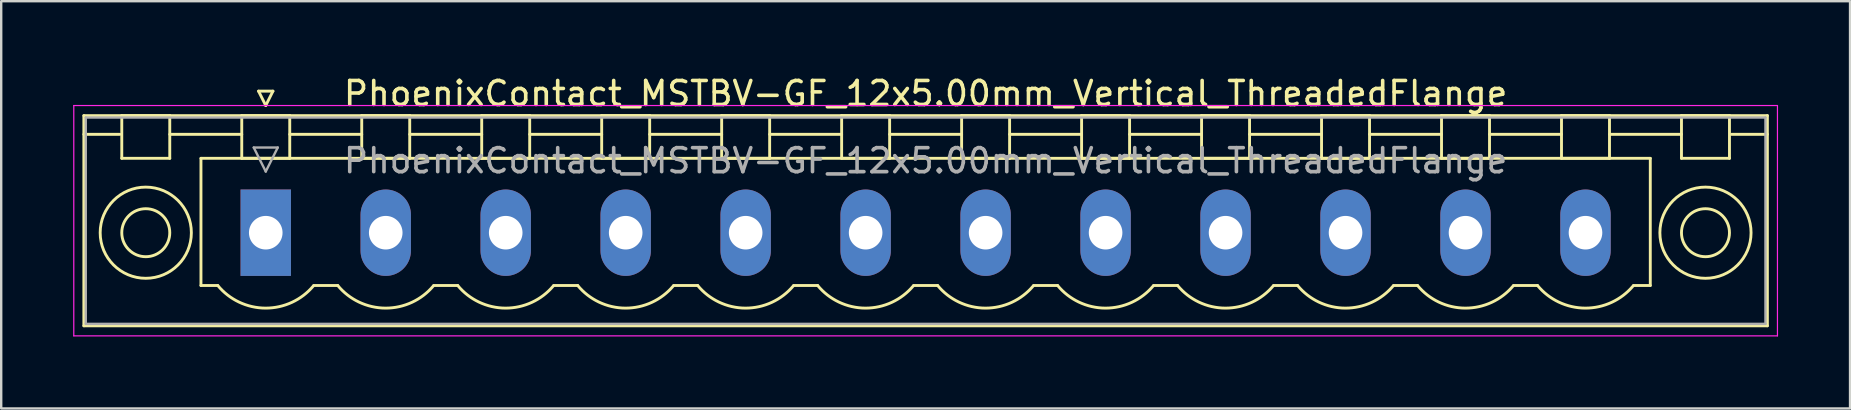
<source format=kicad_pcb>
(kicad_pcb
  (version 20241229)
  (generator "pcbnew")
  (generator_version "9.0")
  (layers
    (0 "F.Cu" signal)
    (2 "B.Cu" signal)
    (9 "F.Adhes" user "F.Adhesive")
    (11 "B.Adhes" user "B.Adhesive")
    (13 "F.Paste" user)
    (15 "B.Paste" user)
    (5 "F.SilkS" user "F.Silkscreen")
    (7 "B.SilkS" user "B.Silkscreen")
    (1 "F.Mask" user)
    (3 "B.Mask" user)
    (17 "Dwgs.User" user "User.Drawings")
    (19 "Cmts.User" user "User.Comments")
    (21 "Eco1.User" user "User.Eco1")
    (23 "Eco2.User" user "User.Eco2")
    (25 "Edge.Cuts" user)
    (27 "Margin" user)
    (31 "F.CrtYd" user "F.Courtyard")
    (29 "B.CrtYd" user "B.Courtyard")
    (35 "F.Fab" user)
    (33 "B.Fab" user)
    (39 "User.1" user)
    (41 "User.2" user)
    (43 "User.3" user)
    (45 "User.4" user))
  (footprint "PhoenixContact_MSTBV-GF_12x5.00mm_Vertical_ThreadedFlange"
    (layer "F.Cu")
    (at 8.025 6.648)
    (property "Reference" "PhoenixContact_MSTBV-GF_12x5.00mm_Vertical_ThreadedFlange" (at 27.5 -5.8 0) (layer "F.SilkS") (effects (font (size 1 1) (thickness 0.15))))
    (attr through_hole)
    (fp_line (start -7.58 -4.88) (end -7.58 3.88) (stroke (width 0.12) (type solid)) (layer "F.SilkS"))
    (fp_line (start -7.58 -4.1) (end -6.08 -4.1) (stroke (width 0.12) (type solid)) (layer "F.SilkS"))
    (fp_line (start -7.58 3.88) (end 62.58 3.88) (stroke (width 0.12) (type solid)) (layer "F.SilkS"))
    (fp_line (start -6 -4.88) (end -4 -4.88) (stroke (width 0.12) (type solid)) (layer "F.SilkS"))
    (fp_line (start -6 -3.1) (end -6 -4.88) (stroke (width 0.12) (type solid)) (layer "F.SilkS"))
    (fp_line (start -4 -4.88) (end -4 -3.1) (stroke (width 0.12) (type solid)) (layer "F.SilkS"))
    (fp_line (start -4 -4.1) (end -1 -4.1) (stroke (width 0.12) (type solid)) (layer "F.SilkS"))
    (fp_line (start -4 -3.1) (end -6 -3.1) (stroke (width 0.12) (type solid)) (layer "F.SilkS"))
    (fp_line (start -2.7 -3.1) (end 57.7 -3.1) (stroke (width 0.12) (type solid)) (layer "F.SilkS"))
    (fp_line (start -2.7 2.2) (end -2.7 -3.1) (stroke (width 0.12) (type solid)) (layer "F.SilkS"))
    (fp_line (start -2 2.2) (end -2.7 2.2) (stroke (width 0.12) (type solid)) (layer "F.SilkS"))
    (fp_line (start -1 -4.88) (end 1 -4.88) (stroke (width 0.12) (type solid)) (layer "F.SilkS"))
    (fp_line (start -1 -3.1) (end -1 -4.88) (stroke (width 0.12) (type solid)) (layer "F.SilkS"))
    (fp_line (start -0.3 -5.9) (end 0.3 -5.9) (stroke (width 0.12) (type solid)) (layer "F.SilkS"))
    (fp_line (start 0 -5.3) (end -0.3 -5.9) (stroke (width 0.12) (type solid)) (layer "F.SilkS"))
    (fp_line (start 0.3 -5.9) (end 0 -5.3) (stroke (width 0.12) (type solid)) (layer "F.SilkS"))
    (fp_line (start 1 -4.88) (end 1 -3.1) (stroke (width 0.12) (type solid)) (layer "F.SilkS"))
    (fp_line (start 1 -4.1) (end 4 -4.1) (stroke (width 0.12) (type solid)) (layer "F.SilkS"))
    (fp_line (start 1 -3.1) (end -1 -3.1) (stroke (width 0.12) (type solid)) (layer "F.SilkS"))
    (fp_line (start 2 2.2) (end 3 2.2) (stroke (width 0.12) (type solid)) (layer "F.SilkS"))
    (fp_line (start 4 -4.88) (end 6 -4.88) (stroke (width 0.12) (type solid)) (layer "F.SilkS"))
    (fp_line (start 4 -3.1) (end 4 -4.88) (stroke (width 0.12) (type solid)) (layer "F.SilkS"))
    (fp_line (start 6 -4.88) (end 6 -3.1) (stroke (width 0.12) (type solid)) (layer "F.SilkS"))
    (fp_line (start 6 -4.1) (end 9 -4.1) (stroke (width 0.12) (type solid)) (layer "F.SilkS"))
    (fp_line (start 6 -3.1) (end 4 -3.1) (stroke (width 0.12) (type solid)) (layer "F.SilkS"))
    (fp_line (start 7 2.2) (end 8 2.2) (stroke (width 0.12) (type solid)) (layer "F.SilkS"))
    (fp_line (start 9 -4.88) (end 11 -4.88) (stroke (width 0.12) (type solid)) (layer "F.SilkS"))
    (fp_line (start 9 -3.1) (end 9 -4.88) (stroke (width 0.12) (type solid)) (layer "F.SilkS"))
    (fp_line (start 11 -4.88) (end 11 -3.1) (stroke (width 0.12) (type solid)) (layer "F.SilkS"))
    (fp_line (start 11 -4.1) (end 14 -4.1) (stroke (width 0.12) (type solid)) (layer "F.SilkS"))
    (fp_line (start 11 -3.1) (end 9 -3.1) (stroke (width 0.12) (type solid)) (layer "F.SilkS"))
    (fp_line (start 12 2.2) (end 13 2.2) (stroke (width 0.12) (type solid)) (layer "F.SilkS"))
    (fp_line (start 14 -4.88) (end 16 -4.88) (stroke (width 0.12) (type solid)) (layer "F.SilkS"))
    (fp_line (start 14 -3.1) (end 14 -4.88) (stroke (width 0.12) (type solid)) (layer "F.SilkS"))
    (fp_line (start 16 -4.88) (end 16 -3.1) (stroke (width 0.12) (type solid)) (layer "F.SilkS"))
    (fp_line (start 16 -4.1) (end 19 -4.1) (stroke (width 0.12) (type solid)) (layer "F.SilkS"))
    (fp_line (start 16 -3.1) (end 14 -3.1) (stroke (width 0.12) (type solid)) (layer "F.SilkS"))
    (fp_line (start 17 2.2) (end 18 2.2) (stroke (width 0.12) (type solid)) (layer "F.SilkS"))
    (fp_line (start 19 -4.88) (end 21 -4.88) (stroke (width 0.12) (type solid)) (layer "F.SilkS"))
    (fp_line (start 19 -3.1) (end 19 -4.88) (stroke (width 0.12) (type solid)) (layer "F.SilkS"))
    (fp_line (start 21 -4.88) (end 21 -3.1) (stroke (width 0.12) (type solid)) (layer "F.SilkS"))
    (fp_line (start 21 -4.1) (end 24 -4.1) (stroke (width 0.12) (type solid)) (layer "F.SilkS"))
    (fp_line (start 21 -3.1) (end 19 -3.1) (stroke (width 0.12) (type solid)) (layer "F.SilkS"))
    (fp_line (start 22 2.2) (end 23 2.2) (stroke (width 0.12) (type solid)) (layer "F.SilkS"))
    (fp_line (start 24 -4.88) (end 26 -4.88) (stroke (width 0.12) (type solid)) (layer "F.SilkS"))
    (fp_line (start 24 -3.1) (end 24 -4.88) (stroke (width 0.12) (type solid)) (layer "F.SilkS"))
    (fp_line (start 26 -4.88) (end 26 -3.1) (stroke (width 0.12) (type solid)) (layer "F.SilkS"))
    (fp_line (start 26 -4.1) (end 29 -4.1) (stroke (width 0.12) (type solid)) (layer "F.SilkS"))
    (fp_line (start 26 -3.1) (end 24 -3.1) (stroke (width 0.12) (type solid)) (layer "F.SilkS"))
    (fp_line (start 27 2.2) (end 28 2.2) (stroke (width 0.12) (type solid)) (layer "F.SilkS"))
    (fp_line (start 29 -4.88) (end 31 -4.88) (stroke (width 0.12) (type solid)) (layer "F.SilkS"))
    (fp_line (start 29 -3.1) (end 29 -4.88) (stroke (width 0.12) (type solid)) (layer "F.SilkS"))
    (fp_line (start 31 -4.88) (end 31 -3.1) (stroke (width 0.12) (type solid)) (layer "F.SilkS"))
    (fp_line (start 31 -4.1) (end 34 -4.1) (stroke (width 0.12) (type solid)) (layer "F.SilkS"))
    (fp_line (start 31 -3.1) (end 29 -3.1) (stroke (width 0.12) (type solid)) (layer "F.SilkS"))
    (fp_line (start 32 2.2) (end 33 2.2) (stroke (width 0.12) (type solid)) (layer "F.SilkS"))
    (fp_line (start 34 -4.88) (end 36 -4.88) (stroke (width 0.12) (type solid)) (layer "F.SilkS"))
    (fp_line (start 34 -3.1) (end 34 -4.88) (stroke (width 0.12) (type solid)) (layer "F.SilkS"))
    (fp_line (start 36 -4.88) (end 36 -3.1) (stroke (width 0.12) (type solid)) (layer "F.SilkS"))
    (fp_line (start 36 -4.1) (end 39 -4.1) (stroke (width 0.12) (type solid)) (layer "F.SilkS"))
    (fp_line (start 36 -3.1) (end 34 -3.1) (stroke (width 0.12) (type solid)) (layer "F.SilkS"))
    (fp_line (start 37 2.2) (end 38 2.2) (stroke (width 0.12) (type solid)) (layer "F.SilkS"))
    (fp_line (start 39 -4.88) (end 41 -4.88) (stroke (width 0.12) (type solid)) (layer "F.SilkS"))
    (fp_line (start 39 -3.1) (end 39 -4.88) (stroke (width 0.12) (type solid)) (layer "F.SilkS"))
    (fp_line (start 41 -4.88) (end 41 -3.1) (stroke (width 0.12) (type solid)) (layer "F.SilkS"))
    (fp_line (start 41 -4.1) (end 44 -4.1) (stroke (width 0.12) (type solid)) (layer "F.SilkS"))
    (fp_line (start 41 -3.1) (end 39 -3.1) (stroke (width 0.12) (type solid)) (layer "F.SilkS"))
    (fp_line (start 42 2.2) (end 43 2.2) (stroke (width 0.12) (type solid)) (layer "F.SilkS"))
    (fp_line (start 44 -4.88) (end 46 -4.88) (stroke (width 0.12) (type solid)) (layer "F.SilkS"))
    (fp_line (start 44 -3.1) (end 44 -4.88) (stroke (width 0.12) (type solid)) (layer "F.SilkS"))
    (fp_line (start 46 -4.88) (end 46 -3.1) (stroke (width 0.12) (type solid)) (layer "F.SilkS"))
    (fp_line (start 46 -4.1) (end 49 -4.1) (stroke (width 0.12) (type solid)) (layer "F.SilkS"))
    (fp_line (start 46 -3.1) (end 44 -3.1) (stroke (width 0.12) (type solid)) (layer "F.SilkS"))
    (fp_line (start 47 2.2) (end 48 2.2) (stroke (width 0.12) (type solid)) (layer "F.SilkS"))
    (fp_line (start 49 -4.88) (end 51 -4.88) (stroke (width 0.12) (type solid)) (layer "F.SilkS"))
    (fp_line (start 49 -3.1) (end 49 -4.88) (stroke (width 0.12) (type solid)) (layer "F.SilkS"))
    (fp_line (start 51 -4.88) (end 51 -3.1) (stroke (width 0.12) (type solid)) (layer "F.SilkS"))
    (fp_line (start 51 -4.1) (end 54 -4.1) (stroke (width 0.12) (type solid)) (layer "F.SilkS"))
    (fp_line (start 51 -3.1) (end 49 -3.1) (stroke (width 0.12) (type solid)) (layer "F.SilkS"))
    (fp_line (start 52 2.2) (end 53 2.2) (stroke (width 0.12) (type solid)) (layer "F.SilkS"))
    (fp_line (start 54 -4.88) (end 56 -4.88) (stroke (width 0.12) (type solid)) (layer "F.SilkS"))
    (fp_line (start 54 -3.1) (end 54 -4.88) (stroke (width 0.12) (type solid)) (layer "F.SilkS"))
    (fp_line (start 56 -4.88) (end 56 -3.1) (stroke (width 0.12) (type solid)) (layer "F.SilkS"))
    (fp_line (start 56 -4.1) (end 59 -4.1) (stroke (width 0.12) (type solid)) (layer "F.SilkS"))
    (fp_line (start 56 -3.1) (end 54 -3.1) (stroke (width 0.12) (type solid)) (layer "F.SilkS"))
    (fp_line (start 57.7 -3.1) (end 57.7 2.2) (stroke (width 0.12) (type solid)) (layer "F.SilkS"))
    (fp_line (start 57.7 2.2) (end 57 2.2) (stroke (width 0.12) (type solid)) (layer "F.SilkS"))
    (fp_line (start 59 -4.88) (end 61 -4.88) (stroke (width 0.12) (type solid)) (layer "F.SilkS"))
    (fp_line (start 59 -3.1) (end 59 -4.88) (stroke (width 0.12) (type solid)) (layer "F.SilkS"))
    (fp_line (start 61 -4.88) (end 61 -3.1) (stroke (width 0.12) (type solid)) (layer "F.SilkS"))
    (fp_line (start 61 -3.1) (end 59 -3.1) (stroke (width 0.12) (type solid)) (layer "F.SilkS"))
    (fp_line (start 62.58 -4.88) (end -7.58 -4.88) (stroke (width 0.12) (type solid)) (layer "F.SilkS"))
    (fp_line (start 62.58 -4.1) (end 61.08 -4.1) (stroke (width 0.12) (type solid)) (layer "F.SilkS"))
    (fp_line (start 62.58 3.88) (end 62.58 -4.88) (stroke (width 0.12) (type solid)) (layer "F.SilkS"))
    (fp_arc (start 1.986842 2.215821) (mid -0.010289 3.142758) (end -2 2.2) (stroke (width 0.12) (type solid)) (layer "F.SilkS"))
    (fp_arc (start 6.986842 2.215821) (mid 4.989711 3.142758) (end 3 2.2) (stroke (width 0.12) (type solid)) (layer "F.SilkS"))
    (fp_arc (start 11.986842 2.215821) (mid 9.989711 3.142758) (end 8 2.2) (stroke (width 0.12) (type solid)) (layer "F.SilkS"))
    (fp_arc (start 16.986842 2.215821) (mid 14.989711 3.142758) (end 13 2.2) (stroke (width 0.12) (type solid)) (layer "F.SilkS"))
    (fp_arc (start 21.986842 2.215821) (mid 19.989711 3.142758) (end 18 2.2) (stroke (width 0.12) (type solid)) (layer "F.SilkS"))
    (fp_arc (start 26.986842 2.215821) (mid 24.989711 3.142758) (end 23 2.2) (stroke (width 0.12) (type solid)) (layer "F.SilkS"))
    (fp_arc (start 31.986842 2.215821) (mid 29.989711 3.142758) (end 28 2.2) (stroke (width 0.12) (type solid)) (layer "F.SilkS"))
    (fp_arc (start 36.986842 2.215821) (mid 34.989711 3.142758) (end 33 2.2) (stroke (width 0.12) (type solid)) (layer "F.SilkS"))
    (fp_arc (start 41.986842 2.215821) (mid 39.989711 3.142758) (end 38 2.2) (stroke (width 0.12) (type solid)) (layer "F.SilkS"))
    (fp_arc (start 46.986842 2.215821) (mid 44.989711 3.142758) (end 43 2.2) (stroke (width 0.12) (type solid)) (layer "F.SilkS"))
    (fp_arc (start 51.986842 2.215821) (mid 49.989711 3.142758) (end 48 2.2) (stroke (width 0.12) (type solid)) (layer "F.SilkS"))
    (fp_arc (start 56.986842 2.215821) (mid 54.989711 3.142758) (end 53 2.2) (stroke (width 0.12) (type solid)) (layer "F.SilkS"))
    (fp_circle (center -5 0) (end -4 0) (stroke (width 0.12) (type solid)) (fill no) (layer "F.SilkS"))
    (fp_circle (center -5 0) (end -3.1 0) (stroke (width 0.12) (type solid)) (fill no) (layer "F.SilkS"))
    (fp_circle (center 60 0) (end 61 0) (stroke (width 0.12) (type solid)) (fill no) (layer "F.SilkS"))
    (fp_circle (center 60 0) (end 61.9 0) (stroke (width 0.12) (type solid)) (fill no) (layer "F.SilkS"))
    (fp_line (start -8 -5.3) (end -8 4.3) (stroke (width 0.05) (type solid)) (layer "F.CrtYd"))
    (fp_line (start -8 4.3) (end 63 4.3) (stroke (width 0.05) (type solid)) (layer "F.CrtYd"))
    (fp_line (start 63 -5.3) (end -8 -5.3) (stroke (width 0.05) (type solid)) (layer "F.CrtYd"))
    (fp_line (start 63 4.3) (end 63 -5.3) (stroke (width 0.05) (type solid)) (layer "F.CrtYd"))
    (fp_line (start -7.5 -4.8) (end -7.5 3.8) (stroke (width 0.1) (type solid)) (layer "F.Fab"))
    (fp_line (start -7.5 3.8) (end 62.5 3.8) (stroke (width 0.1) (type solid)) (layer "F.Fab"))
    (fp_line (start -0.5 -3.55) (end 0.5 -3.55) (stroke (width 0.1) (type solid)) (layer "F.Fab"))
    (fp_line (start 0 -2.55) (end -0.5 -3.55) (stroke (width 0.1) (type solid)) (layer "F.Fab"))
    (fp_line (start 0.5 -3.55) (end 0 -2.55) (stroke (width 0.1) (type solid)) (layer "F.Fab"))
    (fp_line (start 62.5 -4.8) (end -7.5 -4.8) (stroke (width 0.1) (type solid)) (layer "F.Fab"))
    (fp_line (start 62.5 3.8) (end 62.5 -4.8) (stroke (width 0.1) (type solid)) (layer "F.Fab"))
    (fp_text user "${REFERENCE}" (at 27.5 -3 0) (layer "F.Fab") (effects (font (size 1 1) (thickness 0.15))))
    (pad "1" thru_hole rect (at 0 0) (size 2.1 3.6) (drill 1.4) (layers "*.Cu" "*.Mask"))
    (pad "2" thru_hole oval (at 5 0) (size 2.1 3.6) (drill 1.4) (layers "*.Cu" "*.Mask"))
    (pad "3" thru_hole oval (at 10 0) (size 2.1 3.6) (drill 1.4) (layers "*.Cu" "*.Mask"))
    (pad "4" thru_hole oval (at 15 0) (size 2.1 3.6) (drill 1.4) (layers "*.Cu" "*.Mask"))
    (pad "5" thru_hole oval (at 20 0) (size 2.1 3.6) (drill 1.4) (layers "*.Cu" "*.Mask"))
    (pad "6" thru_hole oval (at 25 0) (size 2.1 3.6) (drill 1.4) (layers "*.Cu" "*.Mask"))
    (pad "7" thru_hole oval (at 30 0) (size 2.1 3.6) (drill 1.4) (layers "*.Cu" "*.Mask"))
    (pad "8" thru_hole oval (at 35 0) (size 2.1 3.6) (drill 1.4) (layers "*.Cu" "*.Mask"))
    (pad "9" thru_hole oval (at 40 0) (size 2.1 3.6) (drill 1.4) (layers "*.Cu" "*.Mask"))
    (pad "10" thru_hole oval (at 45 0) (size 2.1 3.6) (drill 1.4) (layers "*.Cu" "*.Mask"))
    (pad "11" thru_hole oval (at 50 0) (size 2.1 3.6) (drill 1.4) (layers "*.Cu" "*.Mask"))
    (pad "12" thru_hole oval (at 55 0) (size 2.1 3.6) (drill 1.4) (layers "*.Cu" "*.Mask")))
  (gr_rect
    (start -3 -3)
    (end 74.05 13.973)
    (stroke (width 0.1) (type default))
    (fill no)
    (layer "Edge.Cuts")))
</source>
